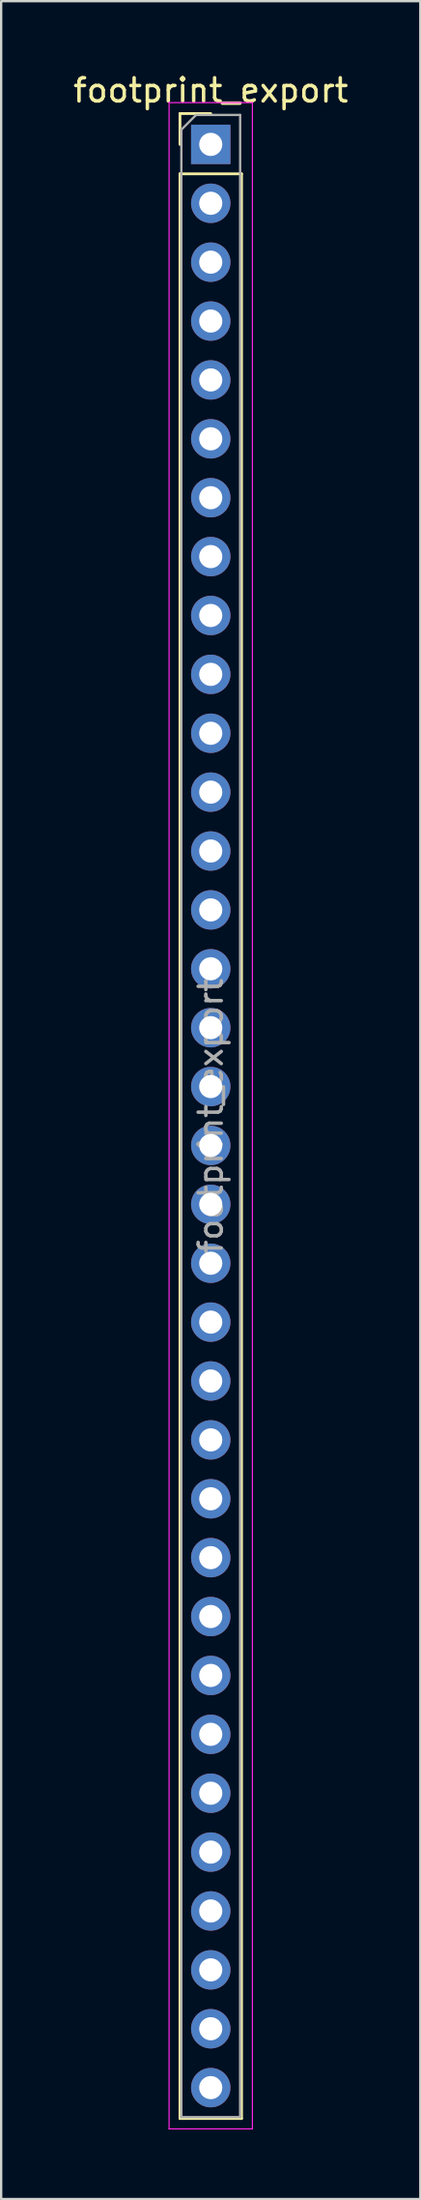
<source format=kicad_pcb>
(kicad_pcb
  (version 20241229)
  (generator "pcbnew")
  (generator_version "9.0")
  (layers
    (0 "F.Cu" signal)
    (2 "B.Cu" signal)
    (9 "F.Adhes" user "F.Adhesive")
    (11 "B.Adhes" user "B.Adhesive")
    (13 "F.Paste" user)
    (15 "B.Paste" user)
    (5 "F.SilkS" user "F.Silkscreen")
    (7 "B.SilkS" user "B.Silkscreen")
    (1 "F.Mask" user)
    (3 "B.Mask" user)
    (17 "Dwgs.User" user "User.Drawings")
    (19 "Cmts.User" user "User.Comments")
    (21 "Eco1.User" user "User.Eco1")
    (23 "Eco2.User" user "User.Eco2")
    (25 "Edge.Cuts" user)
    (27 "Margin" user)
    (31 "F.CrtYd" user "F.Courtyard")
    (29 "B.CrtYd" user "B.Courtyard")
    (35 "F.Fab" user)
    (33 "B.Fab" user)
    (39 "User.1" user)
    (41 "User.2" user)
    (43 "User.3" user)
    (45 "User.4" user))
  (footprint "footprint_export"
    (layer "F.Cu")
    (at 6.054 3.178)
    (property "Reference" "footprint_export" (at 0 -2.33 0) (layer "F.SilkS") (effects (font (size 1 1) (thickness 0.15))))
    (attr through_hole)
    (fp_line (start -1.33 -1.33) (end 0 -1.33) (stroke (width 0.12) (type solid)) (layer "F.SilkS"))
    (fp_line (start -1.33 0) (end -1.33 -1.33) (stroke (width 0.12) (type solid)) (layer "F.SilkS"))
    (fp_line (start -1.33 1.27) (end -1.33 85.15) (stroke (width 0.12) (type solid)) (layer "F.SilkS"))
    (fp_line (start -1.33 1.27) (end 1.33 1.27) (stroke (width 0.12) (type solid)) (layer "F.SilkS"))
    (fp_line (start -1.33 85.15) (end 1.33 85.15) (stroke (width 0.12) (type solid)) (layer "F.SilkS"))
    (fp_line (start 1.33 1.27) (end 1.33 85.15) (stroke (width 0.12) (type solid)) (layer "F.SilkS"))
    (fp_line (start -1.8 -1.8) (end -1.8 85.6) (stroke (width 0.05) (type solid)) (layer "F.CrtYd"))
    (fp_line (start -1.8 85.6) (end 1.8 85.6) (stroke (width 0.05) (type solid)) (layer "F.CrtYd"))
    (fp_line (start 1.8 -1.8) (end -1.8 -1.8) (stroke (width 0.05) (type solid)) (layer "F.CrtYd"))
    (fp_line (start 1.8 85.6) (end 1.8 -1.8) (stroke (width 0.05) (type solid)) (layer "F.CrtYd"))
    (fp_line (start -1.27 -0.635) (end -0.635 -1.27) (stroke (width 0.1) (type solid)) (layer "F.Fab"))
    (fp_line (start -1.27 85.09) (end -1.27 -0.635) (stroke (width 0.1) (type solid)) (layer "F.Fab"))
    (fp_line (start -0.635 -1.27) (end 1.27 -1.27) (stroke (width 0.1) (type solid)) (layer "F.Fab"))
    (fp_line (start 1.27 -1.27) (end 1.27 85.09) (stroke (width 0.1) (type solid)) (layer "F.Fab"))
    (fp_line (start 1.27 85.09) (end -1.27 85.09) (stroke (width 0.1) (type solid)) (layer "F.Fab"))
    (fp_text user "${REFERENCE}" (at 0 41.91 90) (layer "F.Fab") (effects (font (size 1 1) (thickness 0.15))))
    (pad "1" thru_hole rect (at 0 0) (size 1.7 1.7) (drill 1) (layers "*.Cu" "*.Mask"))
    (pad "2" thru_hole oval (at 0 2.54) (size 1.7 1.7) (drill 1) (layers "*.Cu" "*.Mask"))
    (pad "3" thru_hole oval (at 0 5.08) (size 1.7 1.7) (drill 1) (layers "*.Cu" "*.Mask"))
    (pad "4" thru_hole oval (at 0 7.62) (size 1.7 1.7) (drill 1) (layers "*.Cu" "*.Mask"))
    (pad "5" thru_hole oval (at 0 10.16) (size 1.7 1.7) (drill 1) (layers "*.Cu" "*.Mask"))
    (pad "6" thru_hole oval (at 0 12.7) (size 1.7 1.7) (drill 1) (layers "*.Cu" "*.Mask"))
    (pad "7" thru_hole oval (at 0 15.24) (size 1.7 1.7) (drill 1) (layers "*.Cu" "*.Mask"))
    (pad "8" thru_hole oval (at 0 17.78) (size 1.7 1.7) (drill 1) (layers "*.Cu" "*.Mask"))
    (pad "9" thru_hole oval (at 0 20.32) (size 1.7 1.7) (drill 1) (layers "*.Cu" "*.Mask"))
    (pad "10" thru_hole oval (at 0 22.86) (size 1.7 1.7) (drill 1) (layers "*.Cu" "*.Mask"))
    (pad "11" thru_hole oval (at 0 25.4) (size 1.7 1.7) (drill 1) (layers "*.Cu" "*.Mask"))
    (pad "12" thru_hole oval (at 0 27.94) (size 1.7 1.7) (drill 1) (layers "*.Cu" "*.Mask"))
    (pad "13" thru_hole oval (at 0 30.48) (size 1.7 1.7) (drill 1) (layers "*.Cu" "*.Mask"))
    (pad "14" thru_hole oval (at 0 33.02) (size 1.7 1.7) (drill 1) (layers "*.Cu" "*.Mask"))
    (pad "15" thru_hole oval (at 0 35.56) (size 1.7 1.7) (drill 1) (layers "*.Cu" "*.Mask"))
    (pad "16" thru_hole oval (at 0 38.1) (size 1.7 1.7) (drill 1) (layers "*.Cu" "*.Mask"))
    (pad "17" thru_hole oval (at 0 40.64) (size 1.7 1.7) (drill 1) (layers "*.Cu" "*.Mask"))
    (pad "18" thru_hole oval (at 0 43.18) (size 1.7 1.7) (drill 1) (layers "*.Cu" "*.Mask"))
    (pad "19" thru_hole oval (at 0 45.72) (size 1.7 1.7) (drill 1) (layers "*.Cu" "*.Mask"))
    (pad "20" thru_hole oval (at 0 48.26) (size 1.7 1.7) (drill 1) (layers "*.Cu" "*.Mask"))
    (pad "21" thru_hole oval (at 0 50.8) (size 1.7 1.7) (drill 1) (layers "*.Cu" "*.Mask"))
    (pad "22" thru_hole oval (at 0 53.34) (size 1.7 1.7) (drill 1) (layers "*.Cu" "*.Mask"))
    (pad "23" thru_hole oval (at 0 55.88) (size 1.7 1.7) (drill 1) (layers "*.Cu" "*.Mask"))
    (pad "24" thru_hole oval (at 0 58.42) (size 1.7 1.7) (drill 1) (layers "*.Cu" "*.Mask"))
    (pad "25" thru_hole oval (at 0 60.96) (size 1.7 1.7) (drill 1) (layers "*.Cu" "*.Mask"))
    (pad "26" thru_hole oval (at 0 63.5) (size 1.7 1.7) (drill 1) (layers "*.Cu" "*.Mask"))
    (pad "27" thru_hole oval (at 0 66.04) (size 1.7 1.7) (drill 1) (layers "*.Cu" "*.Mask"))
    (pad "28" thru_hole oval (at 0 68.58) (size 1.7 1.7) (drill 1) (layers "*.Cu" "*.Mask"))
    (pad "29" thru_hole oval (at 0 71.12) (size 1.7 1.7) (drill 1) (layers "*.Cu" "*.Mask"))
    (pad "30" thru_hole oval (at 0 73.66) (size 1.7 1.7) (drill 1) (layers "*.Cu" "*.Mask"))
    (pad "31" thru_hole oval (at 0 76.2) (size 1.7 1.7) (drill 1) (layers "*.Cu" "*.Mask"))
    (pad "32" thru_hole oval (at 0 78.74) (size 1.7 1.7) (drill 1) (layers "*.Cu" "*.Mask"))
    (pad "33" thru_hole oval (at 0 81.28) (size 1.7 1.7) (drill 1) (layers "*.Cu" "*.Mask"))
    (pad "34" thru_hole oval (at 0 83.82) (size 1.7 1.7) (drill 1) (layers "*.Cu" "*.Mask")))
  (gr_rect
    (start -3 -3)
    (end 15.107 91.803)
    (stroke (width 0.1) (type default))
    (fill no)
    (layer "Edge.Cuts")))
</source>
